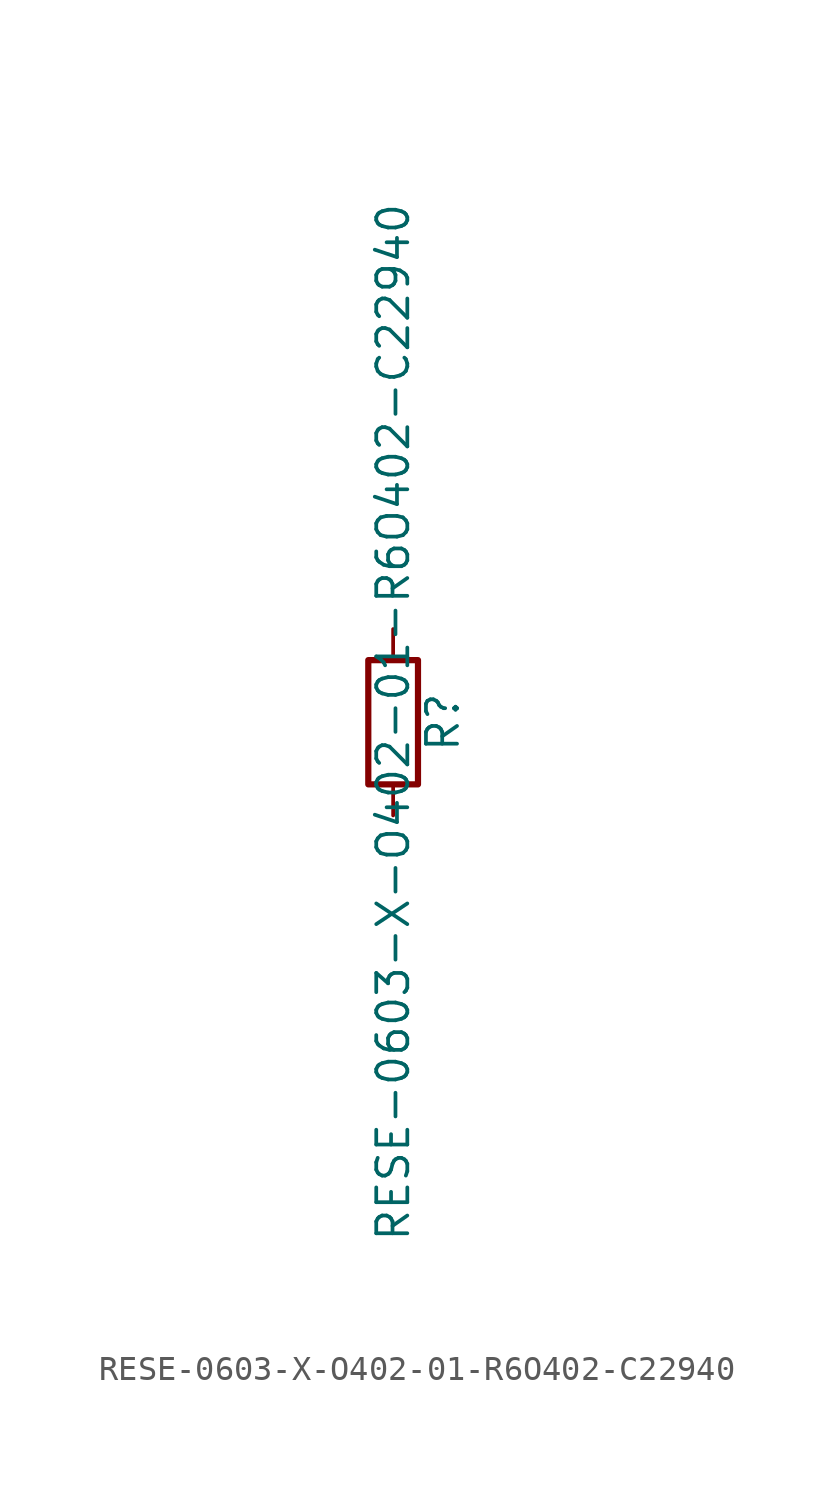
<source format=kicad_sym>
(kicad_symbol_lib
  (version 20211014)
  (generator kicad_symbol_editor)
  (symbol "RESE-0603-X-O402-01-R6O402-C22940"
    (pin_numbers hide)
    (pin_names
      (offset 0))
    (property "Reference" "R"
      (at 2.032 0 90)
      (effects (font (size 1.27 1.27))))
    (property "Value" "RESE-0603-X-O402-01-R6O402-C22940"
      (at 0 0 90)
      (effects (font (size 1.27 1.27))))
    (symbol "RESE-0603-X-O402-01-R6O402-C22940_0_1"
      (rectangle (start -1.016 -2.54) (end 1.016 2.54) (stroke (width 0.254) (type default) (color 0 0 0 0)) (fill (type none))))
    (symbol "RESE-0603-X-O402-01-R6O402-C22940_1_1"
      (pin passive line (at 0 3.81 270) (length 1.27) (name "~" (effects (font (size 1.27 1.27)))) (number "1" (effects (font (size 1.27 1.27)))))
      (pin passive line (at 0 -3.81 90) (length 1.27) (name "~" (effects (font (size 1.27 1.27)))) (number "2" (effects (font (size 1.27 1.27))))))))
</source>
